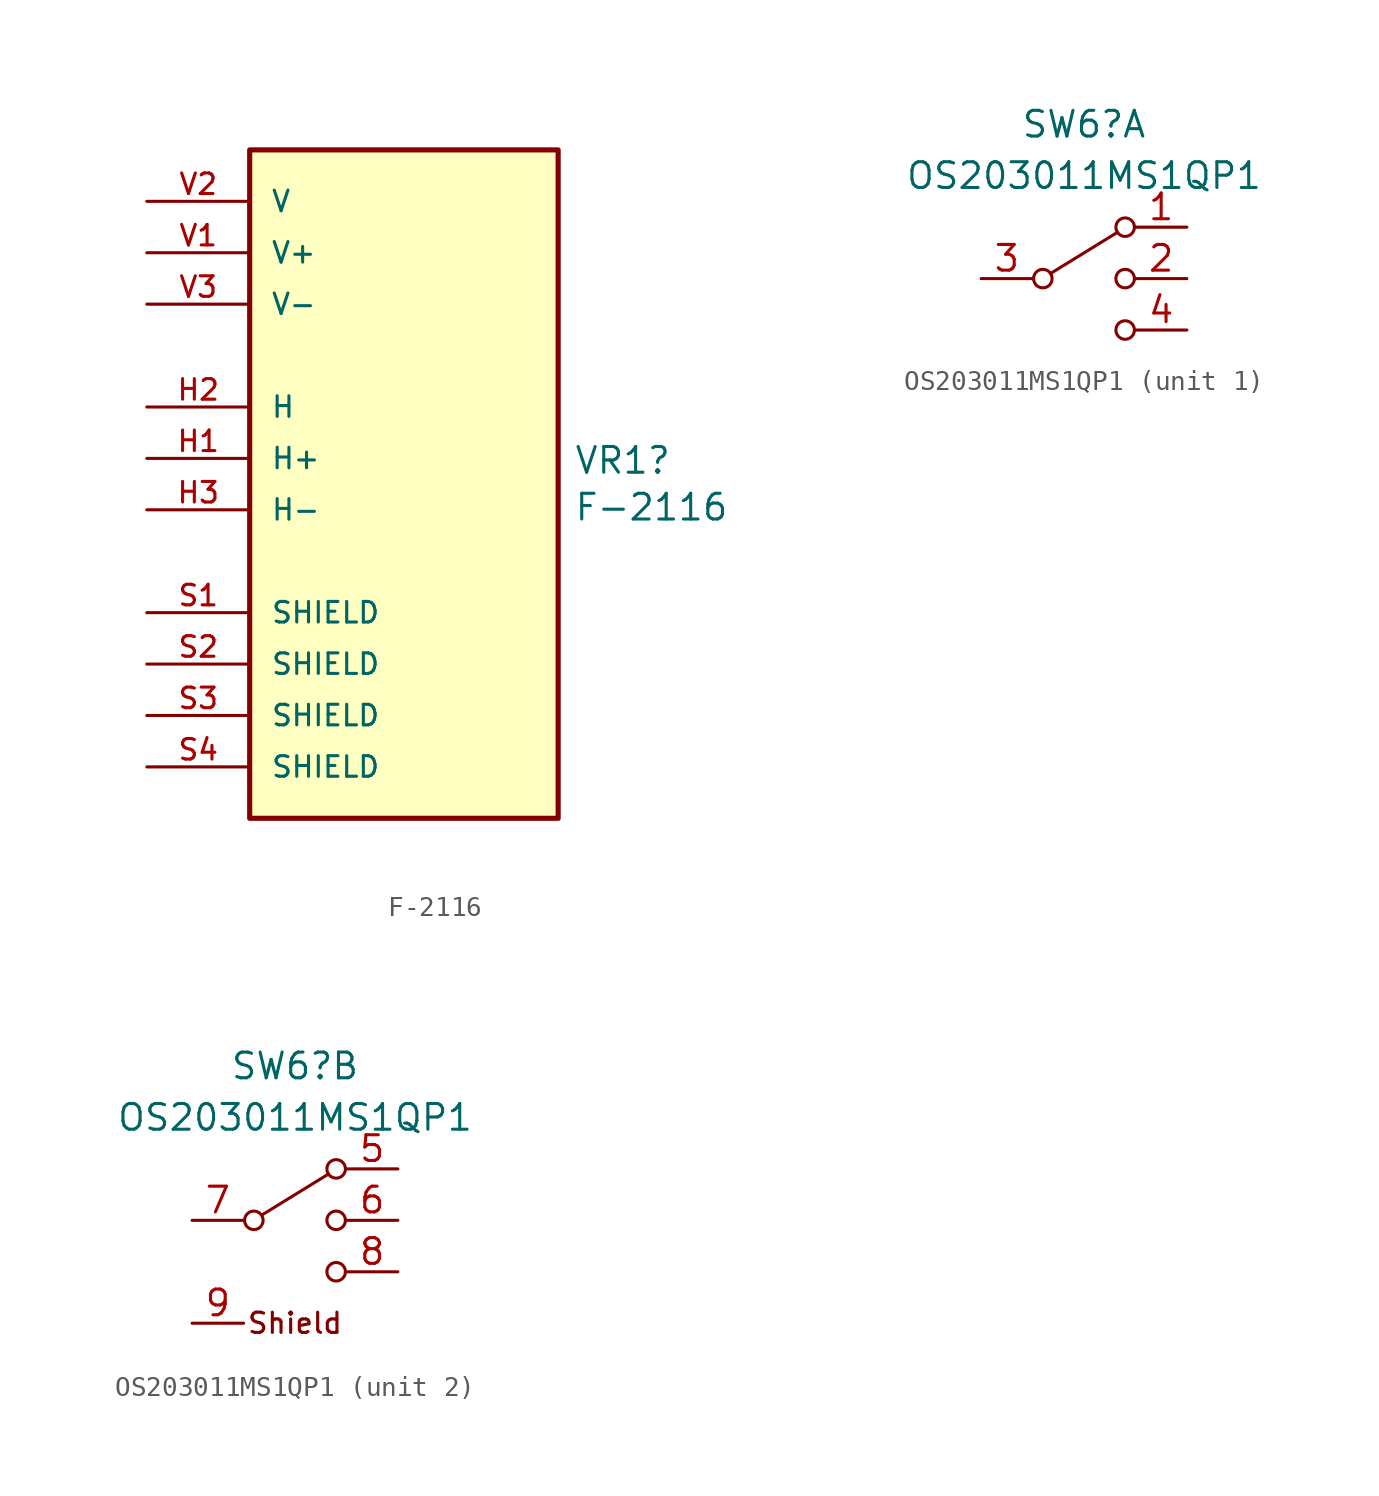
<source format=kicad_sym>
(kicad_symbol_lib
  (version 20211014)
  (generator kicad_symbol_editor)
  (symbol "F-2116"
    (pin_names
      (offset 1.016))
    (property "Reference" "VR1"
      (at 8.382 -0.102 0)
      (effects (font (size 1.27 1.27)) (justify left)))
    (property "Value" "F-2116"
      (at 8.382 -2.413 0)
      (effects (font (size 1.27 1.27)) (justify left)))
    (property "ki_locked" ""
      (at 0 0 0)
      (effects (font (size 1.27 1.27))))
    (symbol "F-2116_0_0"
      (rectangle (start -7.62 -17.78) (end 7.62 15.24) (stroke (width 0.254) (type default) (color 0 0 0 0)) (fill (type background)))
      (pin passive line (at -12.7 0 0) (length 5.08) (name "H+" (effects (font (size 1.016 1.016)))) (number "H1" (effects (font (size 1.016 1.016)))))
      (pin passive line (at -12.7 2.54 0) (length 5.08) (name "H" (effects (font (size 1.016 1.016)))) (number "H2" (effects (font (size 1.016 1.016)))))
      (pin passive line (at -12.7 -2.54 0) (length 5.08) (name "H-" (effects (font (size 1.016 1.016)))) (number "H3" (effects (font (size 1.016 1.016)))))
      (pin passive line (at -12.7 -7.62 0) (length 5.08) (name "SHIELD" (effects (font (size 1.016 1.016)))) (number "S1" (effects (font (size 1.016 1.016)))))
      (pin passive line (at -12.7 -10.16 0) (length 5.08) (name "SHIELD" (effects (font (size 1.016 1.016)))) (number "S2" (effects (font (size 1.016 1.016)))))
      (pin passive line (at -12.7 -12.7 0) (length 5.08) (name "SHIELD" (effects (font (size 1.016 1.016)))) (number "S3" (effects (font (size 1.016 1.016)))))
      (pin passive line (at -12.7 -15.24 0) (length 5.08) (name "SHIELD" (effects (font (size 1.016 1.016)))) (number "S4" (effects (font (size 1.016 1.016)))))
      (pin passive line (at -12.7 10.16 0) (length 5.08) (name "V+" (effects (font (size 1.016 1.016)))) (number "V1" (effects (font (size 1.016 1.016)))))
      (pin passive line (at -12.7 12.7 0) (length 5.08) (name "V" (effects (font (size 1.016 1.016)))) (number "V2" (effects (font (size 1.016 1.016)))))
      (pin passive line (at -12.7 7.62 0) (length 5.08) (name "V-" (effects (font (size 1.016 1.016)))) (number "V3" (effects (font (size 1.016 1.016)))))))
  (symbol "OS203011MS1QP1"
    (pin_names
      (offset 0) hide)
    (property "Reference" "SW6"
      (at 0 7.62 0)
      (effects (font (size 1.27 1.27))))
    (property "Value" "OS203011MS1QP1"
      (at 0 5.08 0)
      (effects (font (size 1.27 1.27))))
    (symbol "OS203011MS1QP1_0_1"
      (circle (center -2.032 0) (radius 0.457) (stroke (width 0) (type default) (color 0 0 0 0)) (fill (type none)))
      (polyline (pts (xy -1.651 0.254) (xy 1.651 2.286)) (stroke (width 0) (type default) (color 0 0 0 0)) (fill (type none)))
      (circle (center 2.032 -2.54) (radius 0.457) (stroke (width 0) (type default) (color 0 0 0 0)) (fill (type none)))
      (circle (center 2.032 0) (radius 0.457) (stroke (width 0) (type default) (color 0 0 0 0)) (fill (type none)))
      (circle (center 2.032 2.54) (radius 0.457) (stroke (width 0) (type default) (color 0 0 0 0)) (fill (type none))))
    (symbol "OS203011MS1QP1_1_1"
      (pin passive line (at 5.08 2.54 180) (length 2.54) (name "1" (effects (font (size 1.27 1.27)))) (number "1" (effects (font (size 1.27 1.27)))))
      (pin passive line (at 5.08 0 180) (length 2.54) (name "2" (effects (font (size 1.27 1.27)))) (number "2" (effects (font (size 1.27 1.27)))))
      (pin passive line (at -5.08 0 0) (length 2.54) (name "3" (effects (font (size 1.27 1.27)))) (number "3" (effects (font (size 1.27 1.27)))))
      (pin passive line (at 5.08 -2.54 180) (length 2.54) (name "4" (effects (font (size 1.27 1.27)))) (number "4" (effects (font (size 1.27 1.27))))))
    (symbol "OS203011MS1QP1_2_0"
      (text "Shield" (at 0 -5.08 0) (effects (font (size 1 1)))))
    (symbol "OS203011MS1QP1_2_1"
      (pin passive line (at 5.08 2.54 180) (length 2.54) (name "5" (effects (font (size 1.27 1.27)))) (number "5" (effects (font (size 1.27 1.27)))))
      (pin passive line (at 5.08 0 180) (length 2.54) (name "6" (effects (font (size 1.27 1.27)))) (number "6" (effects (font (size 1.27 1.27)))))
      (pin passive line (at -5.08 0 0) (length 2.54) (name "7" (effects (font (size 1.27 1.27)))) (number "7" (effects (font (size 1.27 1.27)))))
      (pin passive line (at 5.08 -2.54 180) (length 2.54) (name "8" (effects (font (size 1.27 1.27)))) (number "8" (effects (font (size 1.27 1.27)))))
      (pin passive line (at -5.08 -5.08 0) (length 2.54) (name "Shield" (effects (font (size 1.27 1.27)))) (number "9" (effects (font (size 1.27 1.27))))))))
</source>
